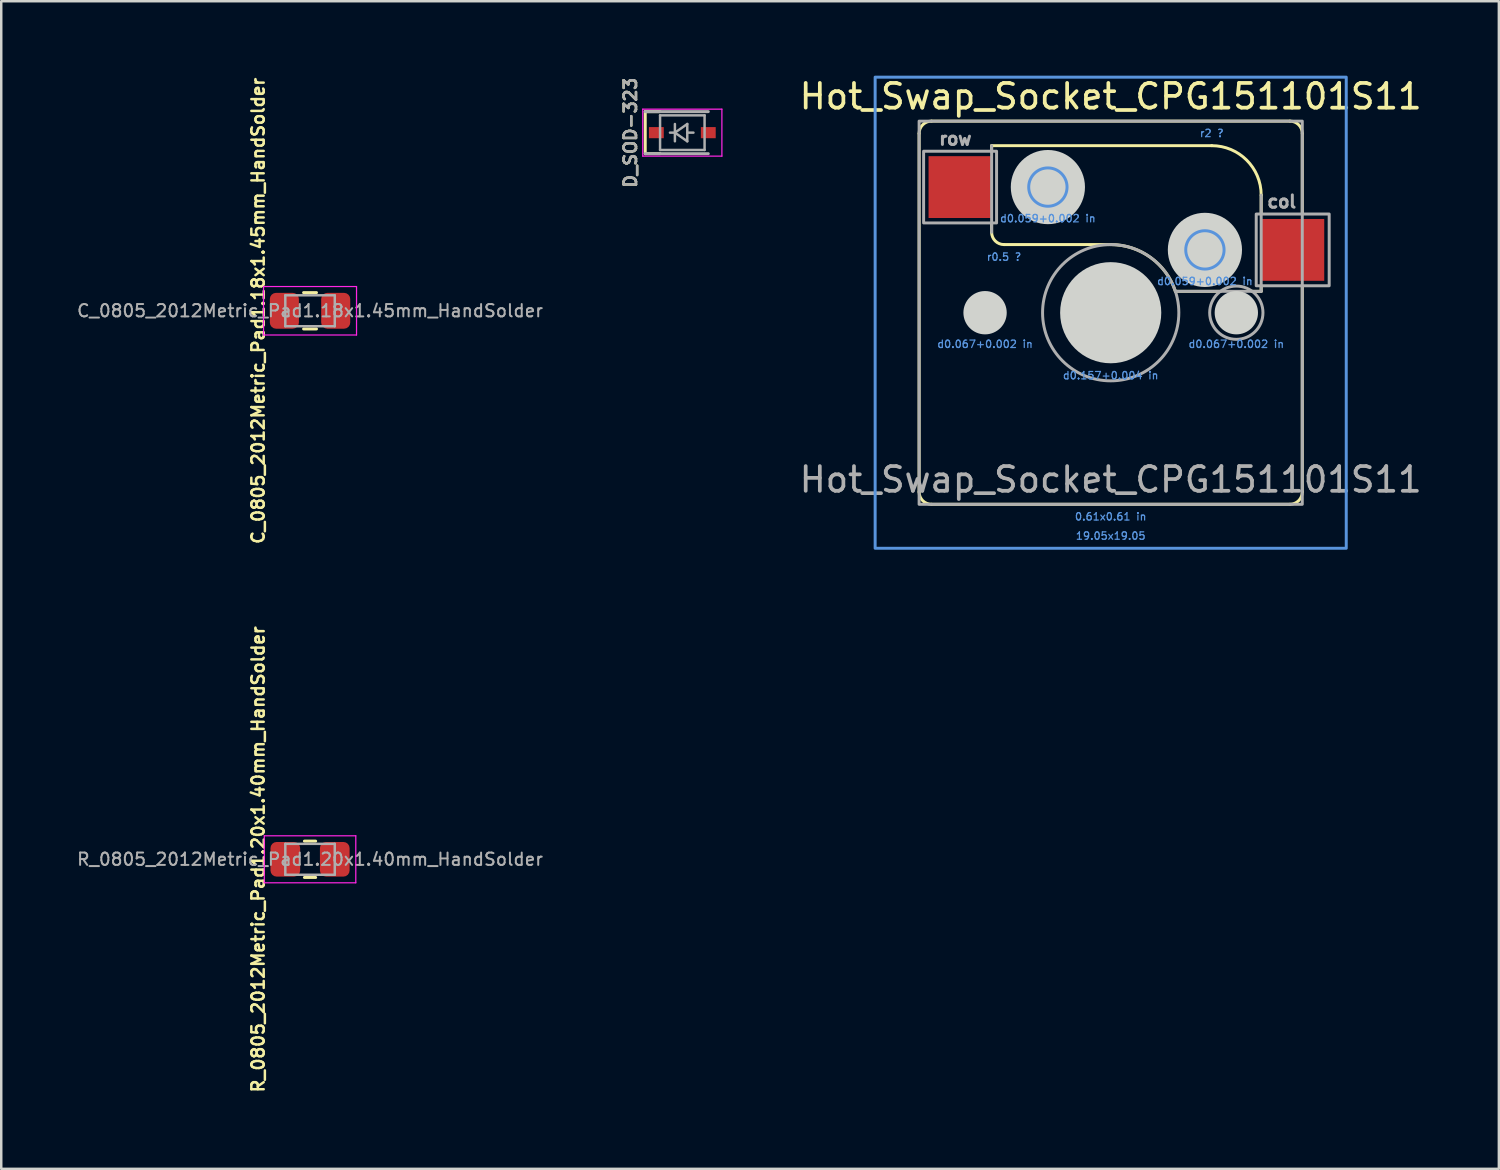
<source format=kicad_pcb>
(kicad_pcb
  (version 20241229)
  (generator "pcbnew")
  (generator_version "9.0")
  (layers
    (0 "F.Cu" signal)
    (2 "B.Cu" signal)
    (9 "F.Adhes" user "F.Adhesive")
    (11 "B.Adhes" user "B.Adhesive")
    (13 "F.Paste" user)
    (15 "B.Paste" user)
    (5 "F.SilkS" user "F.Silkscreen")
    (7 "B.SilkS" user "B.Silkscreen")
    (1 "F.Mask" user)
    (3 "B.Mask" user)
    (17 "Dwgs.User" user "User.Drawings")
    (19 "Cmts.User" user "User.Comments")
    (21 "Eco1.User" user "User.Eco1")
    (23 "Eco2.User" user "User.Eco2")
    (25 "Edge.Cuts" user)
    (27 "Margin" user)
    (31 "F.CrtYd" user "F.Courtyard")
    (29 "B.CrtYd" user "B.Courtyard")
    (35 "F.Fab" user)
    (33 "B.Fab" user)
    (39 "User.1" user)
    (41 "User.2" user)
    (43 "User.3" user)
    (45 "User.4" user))
  (footprint "D_SOD-323"
    (layer "F.Cu")
    (at 24.541 2.314)
    (property "Reference" "D_SOD-323" (at -2.1 0 90) (layer "F.SilkS") (effects (font (size 0.5 0.5) (thickness 0.1))))
    (attr smd)
    (fp_line (start -1.5 -0.85) (end -1.5 0.85) (stroke (width 0.12) (type solid)) (layer "F.SilkS"))
    (fp_line (start -0.9 -0.85) (end -1.5 -0.85) (stroke (width 0.12) (type solid)) (layer "F.SilkS"))
    (fp_line (start -0.9 0.85) (end -1.5 0.85) (stroke (width 0.12) (type solid)) (layer "F.SilkS"))
    (fp_line (start -1.6 -0.95) (end -1.6 0.95) (stroke (width 0.05) (type solid)) (layer "F.CrtYd"))
    (fp_line (start -1.6 -0.95) (end 1.6 -0.95) (stroke (width 0.05) (type solid)) (layer "F.CrtYd"))
    (fp_line (start -1.6 0.95) (end 1.6 0.95) (stroke (width 0.05) (type solid)) (layer "F.CrtYd"))
    (fp_line (start 1.6 -0.95) (end 1.6 0.95) (stroke (width 0.05) (type solid)) (layer "F.CrtYd"))
    (fp_line (start -1.5 -0.85) (end 1.05 -0.85) (stroke (width 0.12) (type solid)) (layer "F.Fab"))
    (fp_line (start -1.5 0.85) (end 1.05 0.85) (stroke (width 0.12) (type solid)) (layer "F.Fab"))
    (fp_line (start -0.9 -0.7) (end 0.9 -0.7) (stroke (width 0.1) (type solid)) (layer "F.Fab"))
    (fp_line (start -0.9 0.7) (end -0.9 -0.7) (stroke (width 0.1) (type solid)) (layer "F.Fab"))
    (fp_line (start -0.3 -0.35) (end -0.3 0.35) (stroke (width 0.1) (type solid)) (layer "F.Fab"))
    (fp_line (start -0.3 0) (end -0.5 0) (stroke (width 0.1) (type solid)) (layer "F.Fab"))
    (fp_line (start -0.3 0) (end 0.2 -0.35) (stroke (width 0.1) (type solid)) (layer "F.Fab"))
    (fp_line (start 0.2 -0.35) (end 0.2 0.35) (stroke (width 0.1) (type solid)) (layer "F.Fab"))
    (fp_line (start 0.2 0) (end 0.45 0) (stroke (width 0.1) (type solid)) (layer "F.Fab"))
    (fp_line (start 0.2 0.35) (end -0.3 0) (stroke (width 0.1) (type solid)) (layer "F.Fab"))
    (fp_line (start 0.9 -0.7) (end 0.9 0.7) (stroke (width 0.1) (type solid)) (layer "F.Fab"))
    (fp_line (start 0.9 0.7) (end -0.9 0.7) (stroke (width 0.1) (type solid)) (layer "F.Fab"))
    (fp_text user "${REFERENCE}" (at -2.1 0 90) (layer "F.Fab") (effects (font (size 0.5 0.5) (thickness 0.1))))
    (pad "1" smd rect (at -1.05 0) (size 0.6 0.45) (layers "F.Cu" "F.Mask" "F.Paste"))
    (pad "2" smd rect (at 1.05 0) (size 0.6 0.45) (layers "F.Cu" "F.Mask" "F.Paste")))
  (footprint "C_0805_2012Metric_Pad1.18x1.45mm_HandSolder"
    (layer "F.Cu")
    (at 9.487 9.517)
    (property "Reference" "C_0805_2012Metric_Pad1.18x1.45mm_HandSolder" (at -2.1 0 90) (layer "F.SilkS") (effects (font (size 0.5 0.5) (thickness 0.1))))
    (attr smd)
    (fp_line (start -0.261 -0.735) (end 0.261 -0.735) (stroke (width 0.12) (type solid)) (layer "F.SilkS"))
    (fp_line (start -0.261 0.735) (end 0.261 0.735) (stroke (width 0.12) (type solid)) (layer "F.SilkS"))
    (fp_line (start -1.88 -0.98) (end 1.88 -0.98) (stroke (width 0.05) (type solid)) (layer "F.CrtYd"))
    (fp_line (start -1.88 0.98) (end -1.88 -0.98) (stroke (width 0.05) (type solid)) (layer "F.CrtYd"))
    (fp_line (start 1.88 -0.98) (end 1.88 0.98) (stroke (width 0.05) (type solid)) (layer "F.CrtYd"))
    (fp_line (start 1.88 0.98) (end -1.88 0.98) (stroke (width 0.05) (type solid)) (layer "F.CrtYd"))
    (fp_line (start -1 -0.625) (end 1 -0.625) (stroke (width 0.1) (type solid)) (layer "F.Fab"))
    (fp_line (start -1 0.625) (end -1 -0.625) (stroke (width 0.1) (type solid)) (layer "F.Fab"))
    (fp_line (start 1 -0.625) (end 1 0.625) (stroke (width 0.1) (type solid)) (layer "F.Fab"))
    (fp_line (start 1 0.625) (end -1 0.625) (stroke (width 0.1) (type solid)) (layer "F.Fab"))
    (fp_text user "${REFERENCE}" (at 0 0 0) (layer "F.Fab") (effects (font (size 0.5 0.5) (thickness 0.08))))
    (pad "1" smd roundrect (at -1.038 0) (size 1.175 1.45) (layers "F.Cu" "F.Mask" "F.Paste") (roundrect_rratio 0.213))
    (pad "2" smd roundrect (at 1.038 0) (size 1.175 1.45) (layers "F.Cu" "F.Mask" "F.Paste") (roundrect_rratio 0.213)))
  (footprint "R_0805_2012Metric_Pad1.20x1.40mm_HandSolder"
    (layer "F.Cu")
    (at 9.487 31.697)
    (property "Reference" "R_0805_2012Metric_Pad1.20x1.40mm_HandSolder" (at -2.1 0 90) (layer "F.SilkS") (effects (font (size 0.5 0.5) (thickness 0.1))))
    (attr smd)
    (fp_line (start -0.227 -0.735) (end 0.227 -0.735) (stroke (width 0.12) (type solid)) (layer "F.SilkS"))
    (fp_line (start -0.227 0.735) (end 0.227 0.735) (stroke (width 0.12) (type solid)) (layer "F.SilkS"))
    (fp_line (start -1.85 -0.95) (end 1.85 -0.95) (stroke (width 0.05) (type solid)) (layer "F.CrtYd"))
    (fp_line (start -1.85 0.95) (end -1.85 -0.95) (stroke (width 0.05) (type solid)) (layer "F.CrtYd"))
    (fp_line (start 1.85 -0.95) (end 1.85 0.95) (stroke (width 0.05) (type solid)) (layer "F.CrtYd"))
    (fp_line (start 1.85 0.95) (end -1.85 0.95) (stroke (width 0.05) (type solid)) (layer "F.CrtYd"))
    (fp_line (start -1 -0.625) (end 1 -0.625) (stroke (width 0.1) (type solid)) (layer "F.Fab"))
    (fp_line (start -1 0.625) (end -1 -0.625) (stroke (width 0.1) (type solid)) (layer "F.Fab"))
    (fp_line (start 1 -0.625) (end 1 0.625) (stroke (width 0.1) (type solid)) (layer "F.Fab"))
    (fp_line (start 1 0.625) (end -1 0.625) (stroke (width 0.1) (type solid)) (layer "F.Fab"))
    (fp_text user "${REFERENCE}" (at 0 0 0) (layer "F.Fab") (effects (font (size 0.5 0.5) (thickness 0.08))))
    (pad "1" smd roundrect (at -1 0) (size 1.2 1.4) (layers "F.Cu" "F.Mask" "F.Paste") (roundrect_rratio 0.208))
    (pad "2" smd roundrect (at 1 0) (size 1.2 1.4) (layers "F.Cu" "F.Mask" "F.Paste") (roundrect_rratio 0.208)))
  (footprint "Hot_Swap_Socket_CPG151101S11"
    (layer "F.Cu")
    (at 41.863 9.595)
    (property "Reference" "Hot_Swap_Socket_CPG151101S11" (at 0 -8.747 0) (unlocked yes) (layer "F.SilkS") (effects (font (size 1 1) (thickness 0.15))))
    (attr smd)
    (fp_line (start -7.747 7.247) (end -7.747 -7.247) (stroke (width 0.12) (type solid)) (layer "F.SilkS"))
    (fp_line (start -7.247 -7.747) (end 7.247 -7.747) (stroke (width 0.12) (type solid)) (layer "F.SilkS"))
    (fp_line (start -7.247 7.747) (end 7.247 7.747) (stroke (width 0.12) (type solid)) (layer "F.SilkS"))
    (fp_line (start -4.815 -6.755) (end -4.815 -6.53) (stroke (width 0.12) (type solid)) (layer "F.SilkS"))
    (fp_line (start -4.815 -3.63) (end -4.815 -3.255) (stroke (width 0.12) (type solid)) (layer "F.SilkS"))
    (fp_line (start -4.315 -2.755) (end 0 -2.755) (stroke (width 0.12) (type solid)) (layer "F.SilkS"))
    (fp_line (start 2.616 -0.865) (end 4.439 -0.865) (stroke (width 0.12) (type solid)) (layer "F.SilkS"))
    (fp_line (start 4.085 -6.755) (end -4.815 -6.755) (stroke (width 0.12) (type solid)) (layer "F.SilkS"))
    (fp_line (start 6.085 -4.755) (end 6.085 -3.99) (stroke (width 0.12) (type solid)) (layer "F.SilkS"))
    (fp_line (start 6.085 -1.09) (end 6.085 -0.865) (stroke (width 0.12) (type solid)) (layer "F.SilkS"))
    (fp_line (start 6.085 -0.865) (end 5.721 -0.865) (stroke (width 0.12) (type solid)) (layer "F.SilkS"))
    (fp_line (start 7.747 -7.247) (end 7.747 -3.99) (stroke (width 0.12) (type solid)) (layer "F.SilkS"))
    (fp_line (start 7.747 7.247) (end 7.747 -1.09) (stroke (width 0.12) (type solid)) (layer "F.SilkS"))
    (fp_arc (start -7.747 -7.247) (mid -7.600553 -7.600553) (end -7.247 -7.747) (stroke (width 0.12) (type solid)) (layer "F.SilkS"))
    (fp_arc (start -7.247 7.747) (mid -7.600553 7.600553) (end -7.747 7.247) (stroke (width 0.12) (type solid)) (layer "F.SilkS"))
    (fp_arc (start -4.315 -2.755) (mid -4.668553 -2.901447) (end -4.815 -3.255) (stroke (width 0.12) (type solid)) (layer "F.SilkS"))
    (fp_arc (start 0 -2.755) (mid 1.613555 -2.23301) (end 2.615715 -0.864906) (stroke (width 0.12) (type solid)) (layer "F.SilkS"))
    (fp_arc (start 4.085 -6.755) (mid 5.499214 -6.169214) (end 6.085 -4.755) (stroke (width 0.12) (type solid)) (layer "F.SilkS"))
    (fp_arc (start 7.247 -7.747) (mid 7.600553 -7.600553) (end 7.747 -7.247) (stroke (width 0.12) (type solid)) (layer "F.SilkS"))
    (fp_arc (start 7.747 7.247) (mid 7.600553 7.600553) (end 7.247 7.747) (stroke (width 0.12) (type solid)) (layer "F.SilkS"))
    (fp_rect (start -9.525 -9.525) (end 9.525 9.525) (stroke (width 0.12) (type solid)) (fill no) (layer "Cmts.User"))
    (fp_circle (center -2.54 -5.08) (end -1.765 -5.08) (stroke (width 0.12) (type solid)) (fill no) (layer "Cmts.User"))
    (fp_circle (center 3.81 -2.54) (end 4.585 -2.54) (stroke (width 0.12) (type solid)) (fill no) (layer "Cmts.User"))
    (fp_circle (center -5.08 0) (end -4.204 0) (stroke (width 0) (type solid)) (fill yes) (layer "Edge.Cuts"))
    (fp_circle (center -2.54 -5.08) (end -1.04 -5.08) (stroke (width 0) (type solid)) (fill yes) (layer "Edge.Cuts"))
    (fp_circle (center 0 0) (end 2.045 0) (stroke (width 0) (type solid)) (fill yes) (layer "Edge.Cuts"))
    (fp_circle (center 3.81 -2.54) (end 5.31 -2.54) (stroke (width 0) (type solid)) (fill yes) (layer "Edge.Cuts"))
    (fp_circle (center 5.08 0) (end 5.956 0) (stroke (width 0) (type solid)) (fill yes) (layer "Edge.Cuts"))
    (fp_line (start -4.815 -3.255) (end -4.815 -6.755) (stroke (width 0.12) (type solid)) (layer "F.Fab"))
    (fp_line (start 6.085 -4.755) (end 6.085 -0.865) (stroke (width 0.12) (type solid)) (layer "F.Fab"))
    (fp_line (start 6.085 -0.865) (end 2.616 -0.865) (stroke (width 0.12) (type solid)) (layer "F.Fab"))
    (fp_rect (start -7.747 -7.747) (end 7.747 7.747) (stroke (width 0.12) (type solid)) (fill no) (layer "F.Fab"))
    (fp_rect (start -7.565 -6.53) (end -4.615 -3.63) (stroke (width 0.12) (type solid)) (fill no) (layer "F.Fab"))
    (fp_rect (start 5.885 -3.99) (end 8.835 -1.09) (stroke (width 0.12) (type solid)) (fill no) (layer "F.Fab"))
    (fp_circle (center 0 0) (end 2.755 0) (stroke (width 0.12) (type solid)) (fill no) (layer "F.Fab"))
    (fp_circle (center 5.08 0) (end 6.157 0) (stroke (width 0.12) (type solid)) (fill no) (layer "F.Fab"))
    (fp_text user "r2 ?" (at 4.085 -7.255 0) (unlocked yes) (layer "Cmts.User") (effects (font (size 0.3 0.3) (thickness 0.05))))
    (fp_text user "0.61x0.61 in" (at 0 8.247 0) (unlocked yes) (layer "Cmts.User") (effects (font (size 0.3 0.3) (thickness 0.05))))
    (fp_text user "r0.5 ?" (at -4.315 -2.255 0) (unlocked yes) (layer "Cmts.User") (effects (font (size 0.3 0.3) (thickness 0.05))))
    (fp_text user "d0.059+0.002 in" (at 3.81 -1.27 0) (unlocked yes) (layer "Cmts.User") (effects (font (size 0.3 0.3) (thickness 0.05))))
    (fp_text user "d0.157+0.004 in" (at 0 2.54 0) (unlocked yes) (layer "Cmts.User") (effects (font (size 0.3 0.3) (thickness 0.05))))
    (fp_text user "d0.067+0.002 in" (at 5.08 1.27 0) (unlocked yes) (layer "Cmts.User") (effects (font (size 0.3 0.3) (thickness 0.05))))
    (fp_text user "19.05x19.05" (at 0 9.025 0) (unlocked yes) (layer "Cmts.User") (effects (font (size 0.3 0.3) (thickness 0.05))))
    (fp_text user "d0.067+0.002 in" (at -5.08 1.27 0) (unlocked yes) (layer "Cmts.User") (effects (font (size 0.3 0.3) (thickness 0.05))))
    (fp_text user "d0.059+0.002 in" (at -2.54 -3.81 0) (unlocked yes) (layer "Cmts.User") (effects (font (size 0.3 0.3) (thickness 0.05))))
    (fp_text user "${REFERENCE}" (at 0 6.747 0) (unlocked yes) (layer "F.Fab") (effects (font (size 1 1) (thickness 0.15))))
    (fp_text user "col" (at 6.916 -4.49 0) (unlocked yes) (layer "F.Fab") (effects (font (size 0.5 0.5) (thickness 0.12))))
    (fp_text user "row" (at -6.281 -7.03 0) (unlocked yes) (layer "F.Fab") (effects (font (size 0.5 0.5) (thickness 0.12))))
    (pad "1" smd rect (at -6.09 -5.08) (size 2.55 2.5) (layers "F.Cu" "F.Mask" "F.Paste"))
    (pad "2" smd rect (at 7.36 -2.54) (size 2.55 2.5) (layers "F.Cu" "F.Mask" "F.Paste")))
  (gr_rect
    (start -3 -3)
    (end 57.559 44.214)
    (stroke (width 0.1) (type default))
    (fill no)
    (layer "Edge.Cuts")))
</source>
